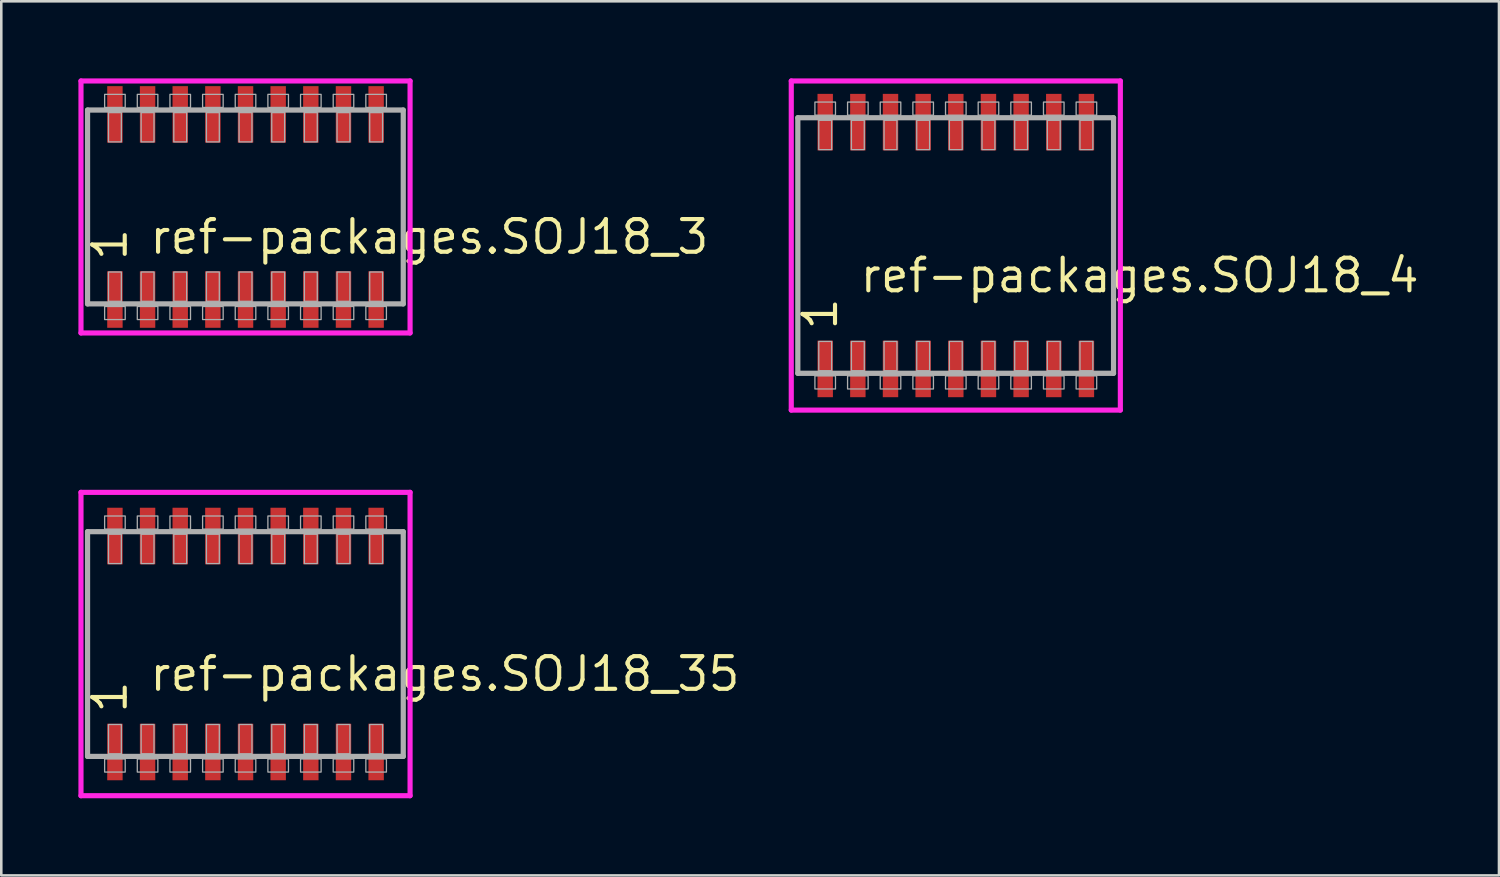
<source format=kicad_pcb>
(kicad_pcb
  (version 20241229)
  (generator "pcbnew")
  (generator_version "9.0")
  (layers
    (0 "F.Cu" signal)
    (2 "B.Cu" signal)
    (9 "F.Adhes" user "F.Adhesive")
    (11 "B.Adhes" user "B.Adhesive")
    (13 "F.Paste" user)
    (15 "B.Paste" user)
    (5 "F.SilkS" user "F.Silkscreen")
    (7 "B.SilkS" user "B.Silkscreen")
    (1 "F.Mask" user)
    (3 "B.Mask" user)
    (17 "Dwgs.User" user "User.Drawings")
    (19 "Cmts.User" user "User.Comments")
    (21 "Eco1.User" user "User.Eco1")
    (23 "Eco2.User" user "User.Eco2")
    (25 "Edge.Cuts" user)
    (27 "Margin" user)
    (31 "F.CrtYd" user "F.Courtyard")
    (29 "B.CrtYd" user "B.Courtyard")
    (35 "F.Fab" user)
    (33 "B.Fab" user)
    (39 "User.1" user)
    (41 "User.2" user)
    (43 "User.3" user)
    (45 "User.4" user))
  (footprint "ref-packages.SOJ18_35"
    (layer "F.Cu")
    (at 6.5 22)
    (property "Reference" "ref-packages.SOJ18_35" (at -3.81 1.905 0) (layer "F.SilkS") (effects (font (size 1.27 1.27) (thickness 0.16)) (justify left bottom)))
    (attr smd)
    (fp_line (start -6.4 -5.9) (end 6.4 -5.9) (stroke (width 0.2) (type default)) (layer "F.CrtYd"))
    (fp_line (start -6.4 5.9) (end -6.4 -5.9) (stroke (width 0.2) (type default)) (layer "F.CrtYd"))
    (fp_line (start 6.4 -5.9) (end 6.4 5.9) (stroke (width 0.2) (type default)) (layer "F.CrtYd"))
    (fp_line (start 6.4 5.9) (end -6.4 5.9) (stroke (width 0.2) (type default)) (layer "F.CrtYd"))
    (fp_line (start -6.145 -4.37) (end 6.135 -4.37) (stroke (width 0.203) (type default)) (layer "F.Fab"))
    (fp_line (start -6.145 4.37) (end -6.145 -4.37) (stroke (width 0.203) (type default)) (layer "F.Fab"))
    (fp_line (start 6.135 -4.37) (end 6.135 4.37) (stroke (width 0.203) (type default)) (layer "F.Fab"))
    (fp_line (start 6.135 4.37) (end -6.145 4.37) (stroke (width 0.203) (type default)) (layer "F.Fab"))
    (fp_rect (start -5.48 -4.47) (end -4.68 -4.98) (stroke (width 0.05) (type default)) (fill no) (layer "F.Fab"))
    (fp_rect (start -5.48 4.98) (end -4.68 4.47) (stroke (width 0.05) (type default)) (fill no) (layer "F.Fab"))
    (fp_rect (start -5.33 -3.13) (end -4.83 -4.27) (stroke (width 0.05) (type default)) (fill no) (layer "F.Fab"))
    (fp_rect (start -5.33 4.27) (end -4.83 3.13) (stroke (width 0.05) (type default)) (fill no) (layer "F.Fab"))
    (fp_rect (start -4.21 -4.47) (end -3.41 -4.98) (stroke (width 0.05) (type default)) (fill no) (layer "F.Fab"))
    (fp_rect (start -4.21 4.98) (end -3.41 4.47) (stroke (width 0.05) (type default)) (fill no) (layer "F.Fab"))
    (fp_rect (start -4.06 -3.13) (end -3.56 -4.27) (stroke (width 0.05) (type default)) (fill no) (layer "F.Fab"))
    (fp_rect (start -4.06 4.27) (end -3.56 3.13) (stroke (width 0.05) (type default)) (fill no) (layer "F.Fab"))
    (fp_rect (start -2.94 -4.47) (end -2.14 -4.98) (stroke (width 0.05) (type default)) (fill no) (layer "F.Fab"))
    (fp_rect (start -2.94 4.98) (end -2.14 4.47) (stroke (width 0.05) (type default)) (fill no) (layer "F.Fab"))
    (fp_rect (start -2.79 -3.13) (end -2.29 -4.27) (stroke (width 0.05) (type default)) (fill no) (layer "F.Fab"))
    (fp_rect (start -2.79 4.27) (end -2.29 3.13) (stroke (width 0.05) (type default)) (fill no) (layer "F.Fab"))
    (fp_rect (start -1.67 -4.47) (end -0.87 -4.98) (stroke (width 0.05) (type default)) (fill no) (layer "F.Fab"))
    (fp_rect (start -1.67 4.98) (end -0.87 4.47) (stroke (width 0.05) (type default)) (fill no) (layer "F.Fab"))
    (fp_rect (start -1.52 -3.13) (end -1.02 -4.27) (stroke (width 0.05) (type default)) (fill no) (layer "F.Fab"))
    (fp_rect (start -1.52 4.27) (end -1.02 3.13) (stroke (width 0.05) (type default)) (fill no) (layer "F.Fab"))
    (fp_rect (start -0.4 -4.47) (end 0.4 -4.98) (stroke (width 0.05) (type default)) (fill no) (layer "F.Fab"))
    (fp_rect (start -0.4 4.98) (end 0.4 4.47) (stroke (width 0.05) (type default)) (fill no) (layer "F.Fab"))
    (fp_rect (start -0.25 -3.13) (end 0.25 -4.27) (stroke (width 0.05) (type default)) (fill no) (layer "F.Fab"))
    (fp_rect (start -0.25 4.27) (end 0.25 3.13) (stroke (width 0.05) (type default)) (fill no) (layer "F.Fab"))
    (fp_rect (start 0.87 -4.47) (end 1.67 -4.98) (stroke (width 0.05) (type default)) (fill no) (layer "F.Fab"))
    (fp_rect (start 0.87 4.98) (end 1.67 4.47) (stroke (width 0.05) (type default)) (fill no) (layer "F.Fab"))
    (fp_rect (start 1.02 -3.13) (end 1.52 -4.27) (stroke (width 0.05) (type default)) (fill no) (layer "F.Fab"))
    (fp_rect (start 1.02 4.27) (end 1.52 3.13) (stroke (width 0.05) (type default)) (fill no) (layer "F.Fab"))
    (fp_rect (start 2.14 -4.47) (end 2.94 -4.98) (stroke (width 0.05) (type default)) (fill no) (layer "F.Fab"))
    (fp_rect (start 2.14 4.98) (end 2.94 4.47) (stroke (width 0.05) (type default)) (fill no) (layer "F.Fab"))
    (fp_rect (start 2.29 -3.13) (end 2.79 -4.27) (stroke (width 0.05) (type default)) (fill no) (layer "F.Fab"))
    (fp_rect (start 2.29 4.27) (end 2.79 3.13) (stroke (width 0.05) (type default)) (fill no) (layer "F.Fab"))
    (fp_rect (start 3.41 -4.47) (end 4.21 -4.98) (stroke (width 0.05) (type default)) (fill no) (layer "F.Fab"))
    (fp_rect (start 3.41 4.98) (end 4.21 4.47) (stroke (width 0.05) (type default)) (fill no) (layer "F.Fab"))
    (fp_rect (start 3.56 -3.13) (end 4.06 -4.27) (stroke (width 0.05) (type default)) (fill no) (layer "F.Fab"))
    (fp_rect (start 3.56 4.27) (end 4.06 3.13) (stroke (width 0.05) (type default)) (fill no) (layer "F.Fab"))
    (fp_rect (start 4.68 -4.47) (end 5.48 -4.98) (stroke (width 0.05) (type default)) (fill no) (layer "F.Fab"))
    (fp_rect (start 4.68 4.98) (end 5.48 4.47) (stroke (width 0.05) (type default)) (fill no) (layer "F.Fab"))
    (fp_rect (start 4.83 -3.13) (end 5.33 -4.27) (stroke (width 0.05) (type default)) (fill no) (layer "F.Fab"))
    (fp_rect (start 4.83 4.27) (end 5.33 3.13) (stroke (width 0.05) (type default)) (fill no) (layer "F.Fab"))
    (fp_text user "1" (at -4.535 2.77 90) (layer "F.SilkS") (effects (font (size 1.27 1.27) (thickness 0.16)) (justify left bottom)))
    (pad "1" smd roundrect (at -5.08 4.2) (size 0.6 2.2) (layers "F.Cu" "F.Mask" "F.Paste") (roundrect_rratio 0.01))
    (pad "2" smd roundrect (at -3.81 4.2) (size 0.6 2.2) (layers "F.Cu" "F.Mask" "F.Paste") (roundrect_rratio 0.01))
    (pad "3" smd roundrect (at -2.54 4.2) (size 0.6 2.2) (layers "F.Cu" "F.Mask" "F.Paste") (roundrect_rratio 0.01))
    (pad "4" smd roundrect (at -1.27 4.2) (size 0.6 2.2) (layers "F.Cu" "F.Mask" "F.Paste") (roundrect_rratio 0.01))
    (pad "5" smd roundrect (at 0 4.2) (size 0.6 2.2) (layers "F.Cu" "F.Mask" "F.Paste") (roundrect_rratio 0.01))
    (pad "6" smd roundrect (at 1.27 4.2) (size 0.6 2.2) (layers "F.Cu" "F.Mask" "F.Paste") (roundrect_rratio 0.01))
    (pad "7" smd roundrect (at 2.54 4.2) (size 0.6 2.2) (layers "F.Cu" "F.Mask" "F.Paste") (roundrect_rratio 0.01))
    (pad "8" smd roundrect (at 3.81 4.2) (size 0.6 2.2) (layers "F.Cu" "F.Mask" "F.Paste") (roundrect_rratio 0.01))
    (pad "9" smd roundrect (at 5.08 4.2) (size 0.6 2.2) (layers "F.Cu" "F.Mask" "F.Paste") (roundrect_rratio 0.01))
    (pad "10" smd roundrect (at 5.08 -4.2) (size 0.6 2.2) (layers "F.Cu" "F.Mask" "F.Paste") (roundrect_rratio 0.01))
    (pad "11" smd roundrect (at 3.81 -4.2) (size 0.6 2.2) (layers "F.Cu" "F.Mask" "F.Paste") (roundrect_rratio 0.01))
    (pad "12" smd roundrect (at 2.54 -4.2) (size 0.6 2.2) (layers "F.Cu" "F.Mask" "F.Paste") (roundrect_rratio 0.01))
    (pad "13" smd roundrect (at 1.27 -4.2) (size 0.6 2.2) (layers "F.Cu" "F.Mask" "F.Paste") (roundrect_rratio 0.01))
    (pad "14" smd roundrect (at 0 -4.2) (size 0.6 2.2) (layers "F.Cu" "F.Mask" "F.Paste") (roundrect_rratio 0.01))
    (pad "15" smd roundrect (at -1.27 -4.2) (size 0.6 2.2) (layers "F.Cu" "F.Mask" "F.Paste") (roundrect_rratio 0.01))
    (pad "16" smd roundrect (at -2.54 -4.2) (size 0.6 2.2) (layers "F.Cu" "F.Mask" "F.Paste") (roundrect_rratio 0.01))
    (pad "17" smd roundrect (at -3.81 -4.2) (size 0.6 2.2) (layers "F.Cu" "F.Mask" "F.Paste") (roundrect_rratio 0.01))
    (pad "18" smd roundrect (at -5.08 -4.2) (size 0.6 2.2) (layers "F.Cu" "F.Mask" "F.Paste") (roundrect_rratio 0.01)))
  (footprint "ref-packages.SOJ18_4"
    (layer "F.Cu")
    (at 34.127 6.5)
    (property "Reference" "ref-packages.SOJ18_4" (at -3.81 1.905 0) (layer "F.SilkS") (effects (font (size 1.27 1.27) (thickness 0.16)) (justify left bottom)))
    (attr smd)
    (fp_line (start -6.4 -6.4) (end 6.4 -6.4) (stroke (width 0.2) (type default)) (layer "F.CrtYd"))
    (fp_line (start -6.4 6.4) (end -6.4 -6.4) (stroke (width 0.2) (type default)) (layer "F.CrtYd"))
    (fp_line (start 6.4 -6.4) (end 6.4 6.4) (stroke (width 0.2) (type default)) (layer "F.CrtYd"))
    (fp_line (start 6.4 6.4) (end -6.4 6.4) (stroke (width 0.2) (type default)) (layer "F.CrtYd"))
    (fp_line (start -6.145 -4.97) (end 6.135 -4.97) (stroke (width 0.203) (type default)) (layer "F.Fab"))
    (fp_line (start -6.145 4.97) (end -6.145 -4.97) (stroke (width 0.203) (type default)) (layer "F.Fab"))
    (fp_line (start 6.135 -4.97) (end 6.135 4.97) (stroke (width 0.203) (type default)) (layer "F.Fab"))
    (fp_line (start 6.135 4.97) (end -6.145 4.97) (stroke (width 0.203) (type default)) (layer "F.Fab"))
    (fp_rect (start -5.48 -5.07) (end -4.68 -5.58) (stroke (width 0.05) (type default)) (fill no) (layer "F.Fab"))
    (fp_rect (start -5.48 5.58) (end -4.68 5.07) (stroke (width 0.05) (type default)) (fill no) (layer "F.Fab"))
    (fp_rect (start -5.33 -3.73) (end -4.83 -4.87) (stroke (width 0.05) (type default)) (fill no) (layer "F.Fab"))
    (fp_rect (start -5.33 4.87) (end -4.83 3.73) (stroke (width 0.05) (type default)) (fill no) (layer "F.Fab"))
    (fp_rect (start -4.21 -5.07) (end -3.41 -5.58) (stroke (width 0.05) (type default)) (fill no) (layer "F.Fab"))
    (fp_rect (start -4.21 5.58) (end -3.41 5.07) (stroke (width 0.05) (type default)) (fill no) (layer "F.Fab"))
    (fp_rect (start -4.06 -3.73) (end -3.56 -4.87) (stroke (width 0.05) (type default)) (fill no) (layer "F.Fab"))
    (fp_rect (start -4.06 4.87) (end -3.56 3.73) (stroke (width 0.05) (type default)) (fill no) (layer "F.Fab"))
    (fp_rect (start -2.94 -5.07) (end -2.14 -5.58) (stroke (width 0.05) (type default)) (fill no) (layer "F.Fab"))
    (fp_rect (start -2.94 5.58) (end -2.14 5.07) (stroke (width 0.05) (type default)) (fill no) (layer "F.Fab"))
    (fp_rect (start -2.79 -3.73) (end -2.29 -4.87) (stroke (width 0.05) (type default)) (fill no) (layer "F.Fab"))
    (fp_rect (start -2.79 4.87) (end -2.29 3.73) (stroke (width 0.05) (type default)) (fill no) (layer "F.Fab"))
    (fp_rect (start -1.67 -5.07) (end -0.87 -5.58) (stroke (width 0.05) (type default)) (fill no) (layer "F.Fab"))
    (fp_rect (start -1.67 5.58) (end -0.87 5.07) (stroke (width 0.05) (type default)) (fill no) (layer "F.Fab"))
    (fp_rect (start -1.52 -3.73) (end -1.02 -4.87) (stroke (width 0.05) (type default)) (fill no) (layer "F.Fab"))
    (fp_rect (start -1.52 4.87) (end -1.02 3.73) (stroke (width 0.05) (type default)) (fill no) (layer "F.Fab"))
    (fp_rect (start -0.4 -5.07) (end 0.4 -5.58) (stroke (width 0.05) (type default)) (fill no) (layer "F.Fab"))
    (fp_rect (start -0.4 5.58) (end 0.4 5.07) (stroke (width 0.05) (type default)) (fill no) (layer "F.Fab"))
    (fp_rect (start -0.25 -3.73) (end 0.25 -4.87) (stroke (width 0.05) (type default)) (fill no) (layer "F.Fab"))
    (fp_rect (start -0.25 4.87) (end 0.25 3.73) (stroke (width 0.05) (type default)) (fill no) (layer "F.Fab"))
    (fp_rect (start 0.87 -5.07) (end 1.67 -5.58) (stroke (width 0.05) (type default)) (fill no) (layer "F.Fab"))
    (fp_rect (start 0.87 5.58) (end 1.67 5.07) (stroke (width 0.05) (type default)) (fill no) (layer "F.Fab"))
    (fp_rect (start 1.02 -3.73) (end 1.52 -4.87) (stroke (width 0.05) (type default)) (fill no) (layer "F.Fab"))
    (fp_rect (start 1.02 4.87) (end 1.52 3.73) (stroke (width 0.05) (type default)) (fill no) (layer "F.Fab"))
    (fp_rect (start 2.14 -5.07) (end 2.94 -5.58) (stroke (width 0.05) (type default)) (fill no) (layer "F.Fab"))
    (fp_rect (start 2.14 5.58) (end 2.94 5.07) (stroke (width 0.05) (type default)) (fill no) (layer "F.Fab"))
    (fp_rect (start 2.29 -3.73) (end 2.79 -4.87) (stroke (width 0.05) (type default)) (fill no) (layer "F.Fab"))
    (fp_rect (start 2.29 4.87) (end 2.79 3.73) (stroke (width 0.05) (type default)) (fill no) (layer "F.Fab"))
    (fp_rect (start 3.41 -5.07) (end 4.21 -5.58) (stroke (width 0.05) (type default)) (fill no) (layer "F.Fab"))
    (fp_rect (start 3.41 5.58) (end 4.21 5.07) (stroke (width 0.05) (type default)) (fill no) (layer "F.Fab"))
    (fp_rect (start 3.56 -3.73) (end 4.06 -4.87) (stroke (width 0.05) (type default)) (fill no) (layer "F.Fab"))
    (fp_rect (start 3.56 4.87) (end 4.06 3.73) (stroke (width 0.05) (type default)) (fill no) (layer "F.Fab"))
    (fp_rect (start 4.68 -5.07) (end 5.48 -5.58) (stroke (width 0.05) (type default)) (fill no) (layer "F.Fab"))
    (fp_rect (start 4.68 5.58) (end 5.48 5.07) (stroke (width 0.05) (type default)) (fill no) (layer "F.Fab"))
    (fp_rect (start 4.83 -3.73) (end 5.33 -4.87) (stroke (width 0.05) (type default)) (fill no) (layer "F.Fab"))
    (fp_rect (start 4.83 4.87) (end 5.33 3.73) (stroke (width 0.05) (type default)) (fill no) (layer "F.Fab"))
    (fp_text user "1" (at -4.535 3.37 90) (layer "F.SilkS") (effects (font (size 1.27 1.27) (thickness 0.16)) (justify left bottom)))
    (pad "1" smd roundrect (at -5.08 4.8) (size 0.6 2.2) (layers "F.Cu" "F.Mask" "F.Paste") (roundrect_rratio 0.01))
    (pad "2" smd roundrect (at -3.81 4.8) (size 0.6 2.2) (layers "F.Cu" "F.Mask" "F.Paste") (roundrect_rratio 0.01))
    (pad "3" smd roundrect (at -2.54 4.8) (size 0.6 2.2) (layers "F.Cu" "F.Mask" "F.Paste") (roundrect_rratio 0.01))
    (pad "4" smd roundrect (at -1.27 4.8) (size 0.6 2.2) (layers "F.Cu" "F.Mask" "F.Paste") (roundrect_rratio 0.01))
    (pad "5" smd roundrect (at 0 4.8) (size 0.6 2.2) (layers "F.Cu" "F.Mask" "F.Paste") (roundrect_rratio 0.01))
    (pad "6" smd roundrect (at 1.27 4.8) (size 0.6 2.2) (layers "F.Cu" "F.Mask" "F.Paste") (roundrect_rratio 0.01))
    (pad "7" smd roundrect (at 2.54 4.8) (size 0.6 2.2) (layers "F.Cu" "F.Mask" "F.Paste") (roundrect_rratio 0.01))
    (pad "8" smd roundrect (at 3.81 4.8) (size 0.6 2.2) (layers "F.Cu" "F.Mask" "F.Paste") (roundrect_rratio 0.01))
    (pad "9" smd roundrect (at 5.08 4.8) (size 0.6 2.2) (layers "F.Cu" "F.Mask" "F.Paste") (roundrect_rratio 0.01))
    (pad "10" smd roundrect (at 5.08 -4.8) (size 0.6 2.2) (layers "F.Cu" "F.Mask" "F.Paste") (roundrect_rratio 0.01))
    (pad "11" smd roundrect (at 3.81 -4.8) (size 0.6 2.2) (layers "F.Cu" "F.Mask" "F.Paste") (roundrect_rratio 0.01))
    (pad "12" smd roundrect (at 2.54 -4.8) (size 0.6 2.2) (layers "F.Cu" "F.Mask" "F.Paste") (roundrect_rratio 0.01))
    (pad "13" smd roundrect (at 1.27 -4.8) (size 0.6 2.2) (layers "F.Cu" "F.Mask" "F.Paste") (roundrect_rratio 0.01))
    (pad "14" smd roundrect (at 0 -4.8) (size 0.6 2.2) (layers "F.Cu" "F.Mask" "F.Paste") (roundrect_rratio 0.01))
    (pad "15" smd roundrect (at -1.27 -4.8) (size 0.6 2.2) (layers "F.Cu" "F.Mask" "F.Paste") (roundrect_rratio 0.01))
    (pad "16" smd roundrect (at -2.54 -4.8) (size 0.6 2.2) (layers "F.Cu" "F.Mask" "F.Paste") (roundrect_rratio 0.01))
    (pad "17" smd roundrect (at -3.81 -4.8) (size 0.6 2.2) (layers "F.Cu" "F.Mask" "F.Paste") (roundrect_rratio 0.01))
    (pad "18" smd roundrect (at -5.08 -4.8) (size 0.6 2.2) (layers "F.Cu" "F.Mask" "F.Paste") (roundrect_rratio 0.01)))
  (footprint "ref-packages.SOJ18_3"
    (layer "F.Cu")
    (at 6.5 5)
    (property "Reference" "ref-packages.SOJ18_3" (at -3.81 1.905 0) (layer "F.SilkS") (effects (font (size 1.27 1.27) (thickness 0.16)) (justify left bottom)))
    (attr smd)
    (fp_line (start -6.4 -4.9) (end 6.4 -4.9) (stroke (width 0.2) (type default)) (layer "F.CrtYd"))
    (fp_line (start -6.4 4.9) (end -6.4 -4.9) (stroke (width 0.2) (type default)) (layer "F.CrtYd"))
    (fp_line (start 6.4 -4.9) (end 6.4 4.9) (stroke (width 0.2) (type default)) (layer "F.CrtYd"))
    (fp_line (start 6.4 4.9) (end -6.4 4.9) (stroke (width 0.2) (type default)) (layer "F.CrtYd"))
    (fp_line (start -6.145 -3.77) (end 6.135 -3.77) (stroke (width 0.203) (type default)) (layer "F.Fab"))
    (fp_line (start -6.145 3.77) (end -6.145 -3.77) (stroke (width 0.203) (type default)) (layer "F.Fab"))
    (fp_line (start 6.135 -3.77) (end 6.135 3.77) (stroke (width 0.203) (type default)) (layer "F.Fab"))
    (fp_line (start 6.135 3.77) (end -6.145 3.77) (stroke (width 0.203) (type default)) (layer "F.Fab"))
    (fp_rect (start -5.48 -3.87) (end -4.68 -4.38) (stroke (width 0.05) (type default)) (fill no) (layer "F.Fab"))
    (fp_rect (start -5.48 4.38) (end -4.68 3.87) (stroke (width 0.05) (type default)) (fill no) (layer "F.Fab"))
    (fp_rect (start -5.33 -2.53) (end -4.83 -3.67) (stroke (width 0.05) (type default)) (fill no) (layer "F.Fab"))
    (fp_rect (start -5.33 3.67) (end -4.83 2.53) (stroke (width 0.05) (type default)) (fill no) (layer "F.Fab"))
    (fp_rect (start -4.21 -3.87) (end -3.41 -4.38) (stroke (width 0.05) (type default)) (fill no) (layer "F.Fab"))
    (fp_rect (start -4.21 4.38) (end -3.41 3.87) (stroke (width 0.05) (type default)) (fill no) (layer "F.Fab"))
    (fp_rect (start -4.06 -2.53) (end -3.56 -3.67) (stroke (width 0.05) (type default)) (fill no) (layer "F.Fab"))
    (fp_rect (start -4.06 3.67) (end -3.56 2.53) (stroke (width 0.05) (type default)) (fill no) (layer "F.Fab"))
    (fp_rect (start -2.94 -3.87) (end -2.14 -4.38) (stroke (width 0.05) (type default)) (fill no) (layer "F.Fab"))
    (fp_rect (start -2.94 4.38) (end -2.14 3.87) (stroke (width 0.05) (type default)) (fill no) (layer "F.Fab"))
    (fp_rect (start -2.79 -2.53) (end -2.29 -3.67) (stroke (width 0.05) (type default)) (fill no) (layer "F.Fab"))
    (fp_rect (start -2.79 3.67) (end -2.29 2.53) (stroke (width 0.05) (type default)) (fill no) (layer "F.Fab"))
    (fp_rect (start -1.67 -3.87) (end -0.87 -4.38) (stroke (width 0.05) (type default)) (fill no) (layer "F.Fab"))
    (fp_rect (start -1.67 4.38) (end -0.87 3.87) (stroke (width 0.05) (type default)) (fill no) (layer "F.Fab"))
    (fp_rect (start -1.52 -2.53) (end -1.02 -3.67) (stroke (width 0.05) (type default)) (fill no) (layer "F.Fab"))
    (fp_rect (start -1.52 3.67) (end -1.02 2.53) (stroke (width 0.05) (type default)) (fill no) (layer "F.Fab"))
    (fp_rect (start -0.4 -3.87) (end 0.4 -4.38) (stroke (width 0.05) (type default)) (fill no) (layer "F.Fab"))
    (fp_rect (start -0.4 4.38) (end 0.4 3.87) (stroke (width 0.05) (type default)) (fill no) (layer "F.Fab"))
    (fp_rect (start -0.25 -2.53) (end 0.25 -3.67) (stroke (width 0.05) (type default)) (fill no) (layer "F.Fab"))
    (fp_rect (start -0.25 3.67) (end 0.25 2.53) (stroke (width 0.05) (type default)) (fill no) (layer "F.Fab"))
    (fp_rect (start 0.87 -3.87) (end 1.67 -4.38) (stroke (width 0.05) (type default)) (fill no) (layer "F.Fab"))
    (fp_rect (start 0.87 4.38) (end 1.67 3.87) (stroke (width 0.05) (type default)) (fill no) (layer "F.Fab"))
    (fp_rect (start 1.02 -2.53) (end 1.52 -3.67) (stroke (width 0.05) (type default)) (fill no) (layer "F.Fab"))
    (fp_rect (start 1.02 3.67) (end 1.52 2.53) (stroke (width 0.05) (type default)) (fill no) (layer "F.Fab"))
    (fp_rect (start 2.14 -3.87) (end 2.94 -4.38) (stroke (width 0.05) (type default)) (fill no) (layer "F.Fab"))
    (fp_rect (start 2.14 4.38) (end 2.94 3.87) (stroke (width 0.05) (type default)) (fill no) (layer "F.Fab"))
    (fp_rect (start 2.29 -2.53) (end 2.79 -3.67) (stroke (width 0.05) (type default)) (fill no) (layer "F.Fab"))
    (fp_rect (start 2.29 3.67) (end 2.79 2.53) (stroke (width 0.05) (type default)) (fill no) (layer "F.Fab"))
    (fp_rect (start 3.41 -3.87) (end 4.21 -4.38) (stroke (width 0.05) (type default)) (fill no) (layer "F.Fab"))
    (fp_rect (start 3.41 4.38) (end 4.21 3.87) (stroke (width 0.05) (type default)) (fill no) (layer "F.Fab"))
    (fp_rect (start 3.56 -2.53) (end 4.06 -3.67) (stroke (width 0.05) (type default)) (fill no) (layer "F.Fab"))
    (fp_rect (start 3.56 3.67) (end 4.06 2.53) (stroke (width 0.05) (type default)) (fill no) (layer "F.Fab"))
    (fp_rect (start 4.68 -3.87) (end 5.48 -4.38) (stroke (width 0.05) (type default)) (fill no) (layer "F.Fab"))
    (fp_rect (start 4.68 4.38) (end 5.48 3.87) (stroke (width 0.05) (type default)) (fill no) (layer "F.Fab"))
    (fp_rect (start 4.83 -2.53) (end 5.33 -3.67) (stroke (width 0.05) (type default)) (fill no) (layer "F.Fab"))
    (fp_rect (start 4.83 3.67) (end 5.33 2.53) (stroke (width 0.05) (type default)) (fill no) (layer "F.Fab"))
    (fp_text user "1" (at -4.535 2.17 90) (layer "F.SilkS") (effects (font (size 1.27 1.27) (thickness 0.16)) (justify left bottom)))
    (pad "1" smd roundrect (at -5.08 3.6) (size 0.6 2.2) (layers "F.Cu" "F.Mask" "F.Paste") (roundrect_rratio 0.01))
    (pad "2" smd roundrect (at -3.81 3.6) (size 0.6 2.2) (layers "F.Cu" "F.Mask" "F.Paste") (roundrect_rratio 0.01))
    (pad "3" smd roundrect (at -2.54 3.6) (size 0.6 2.2) (layers "F.Cu" "F.Mask" "F.Paste") (roundrect_rratio 0.01))
    (pad "4" smd roundrect (at -1.27 3.6) (size 0.6 2.2) (layers "F.Cu" "F.Mask" "F.Paste") (roundrect_rratio 0.01))
    (pad "5" smd roundrect (at 0 3.6) (size 0.6 2.2) (layers "F.Cu" "F.Mask" "F.Paste") (roundrect_rratio 0.01))
    (pad "6" smd roundrect (at 1.27 3.6) (size 0.6 2.2) (layers "F.Cu" "F.Mask" "F.Paste") (roundrect_rratio 0.01))
    (pad "7" smd roundrect (at 2.54 3.6) (size 0.6 2.2) (layers "F.Cu" "F.Mask" "F.Paste") (roundrect_rratio 0.01))
    (pad "8" smd roundrect (at 3.81 3.6) (size 0.6 2.2) (layers "F.Cu" "F.Mask" "F.Paste") (roundrect_rratio 0.01))
    (pad "9" smd roundrect (at 5.08 3.6) (size 0.6 2.2) (layers "F.Cu" "F.Mask" "F.Paste") (roundrect_rratio 0.01))
    (pad "10" smd roundrect (at 5.08 -3.6) (size 0.6 2.2) (layers "F.Cu" "F.Mask" "F.Paste") (roundrect_rratio 0.01))
    (pad "11" smd roundrect (at 3.81 -3.6) (size 0.6 2.2) (layers "F.Cu" "F.Mask" "F.Paste") (roundrect_rratio 0.01))
    (pad "12" smd roundrect (at 2.54 -3.6) (size 0.6 2.2) (layers "F.Cu" "F.Mask" "F.Paste") (roundrect_rratio 0.01))
    (pad "13" smd roundrect (at 1.27 -3.6) (size 0.6 2.2) (layers "F.Cu" "F.Mask" "F.Paste") (roundrect_rratio 0.01))
    (pad "14" smd roundrect (at 0 -3.6) (size 0.6 2.2) (layers "F.Cu" "F.Mask" "F.Paste") (roundrect_rratio 0.01))
    (pad "15" smd roundrect (at -1.27 -3.6) (size 0.6 2.2) (layers "F.Cu" "F.Mask" "F.Paste") (roundrect_rratio 0.01))
    (pad "16" smd roundrect (at -2.54 -3.6) (size 0.6 2.2) (layers "F.Cu" "F.Mask" "F.Paste") (roundrect_rratio 0.01))
    (pad "17" smd roundrect (at -3.81 -3.6) (size 0.6 2.2) (layers "F.Cu" "F.Mask" "F.Paste") (roundrect_rratio 0.01))
    (pad "18" smd roundrect (at -5.08 -3.6) (size 0.6 2.2) (layers "F.Cu" "F.Mask" "F.Paste") (roundrect_rratio 0.01)))
  (gr_rect
    (start -3 -3)
    (end 55.254 31)
    (stroke (width 0.1) (type default))
    (fill no)
    (layer "Edge.Cuts")))
</source>
